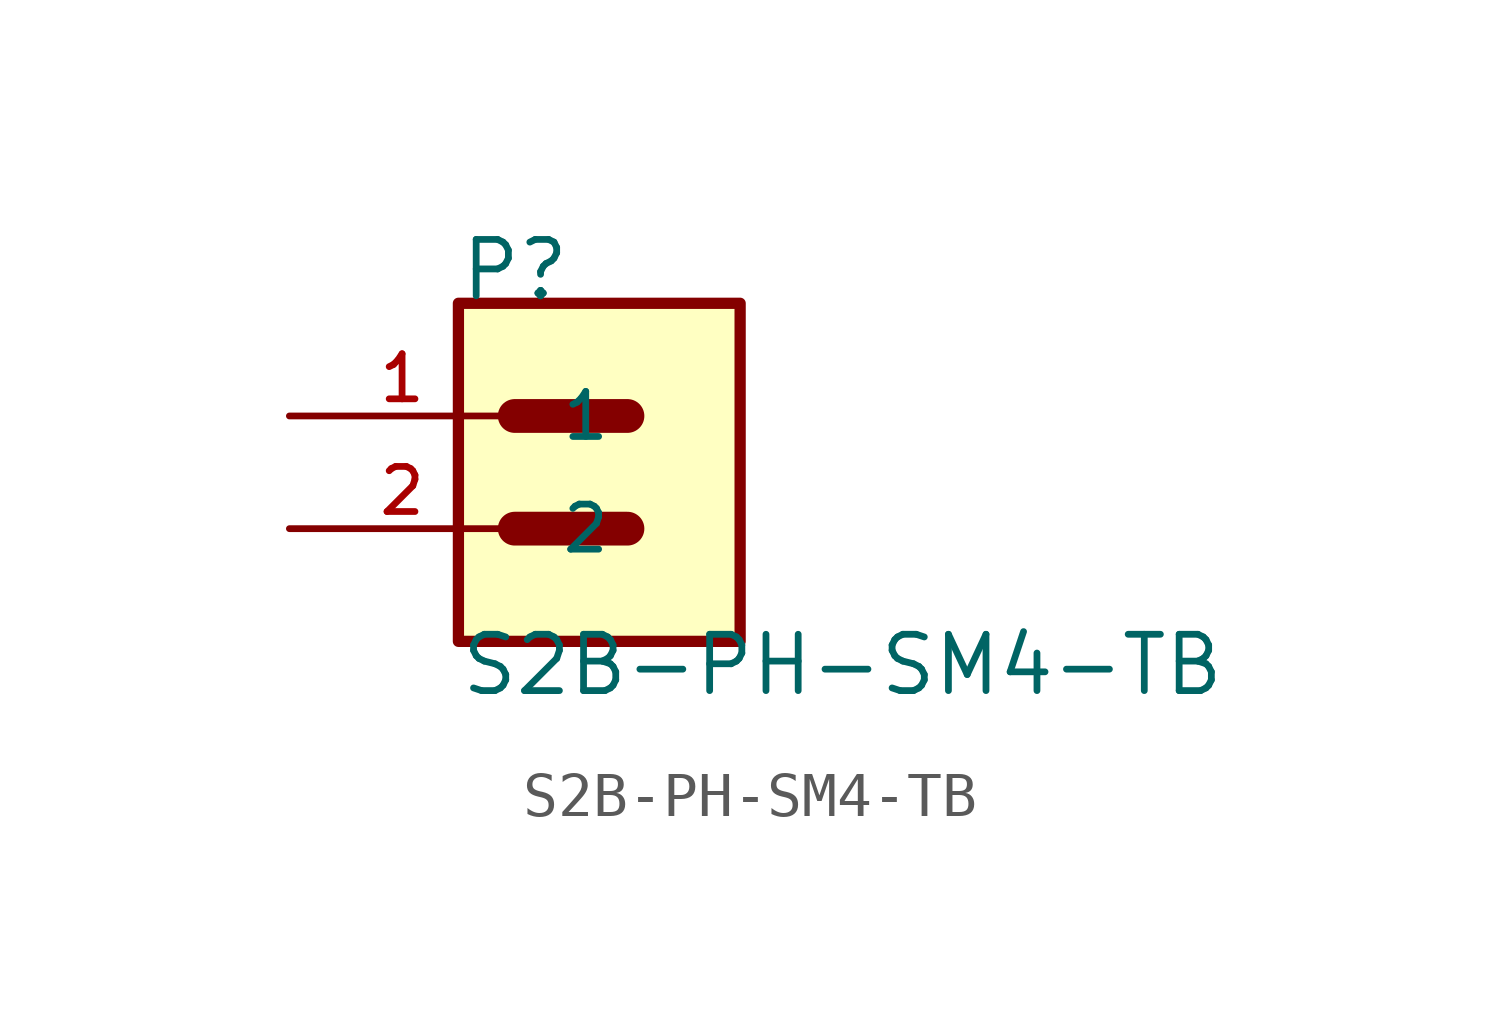
<source format=kicad_sym>
(kicad_symbol_lib
  (version 20241209)
  (generator "kicad_symbol_editor")
  (generator_version "9.0")
  (symbol "S2B-PH-SM4-TB"
    (pin_names
      (offset 1.016))
    (property "Reference" "P"
      (at -1.272 3.816 0)
      (effects (font (size 1.27 1.27)) (justify left bottom)))
    (property "Value" "S2B-PH-SM4-TB"
      (at -1.271 -5.084 0)
      (effects (font (size 1.27 1.27)) (justify left bottom)))
    (symbol "S2B-PH-SM4-TB_0_0"
      (rectangle (start -1.27 -3.81) (end 5.08 3.81) (stroke (width 0.254) (type default)) (fill (type background)))
      (polyline (pts (xy 0 1.27) (xy 2.54 1.27)) (stroke (width 0.762) (type default)) (fill (type none)))
      (polyline (pts (xy 0 -1.27) (xy 2.54 -1.27)) (stroke (width 0.762) (type default)) (fill (type none)))
      (pin passive line (at -5.08 1.27 0) (length 5.08) (name "1" (effects (font (size 1.016 1.016)))) (number "1" (effects (font (size 1.016 1.016)))))
      (pin passive line (at -5.08 -1.27 0) (length 5.08) (name "2" (effects (font (size 1.016 1.016)))) (number "2" (effects (font (size 1.016 1.016))))))))
</source>
